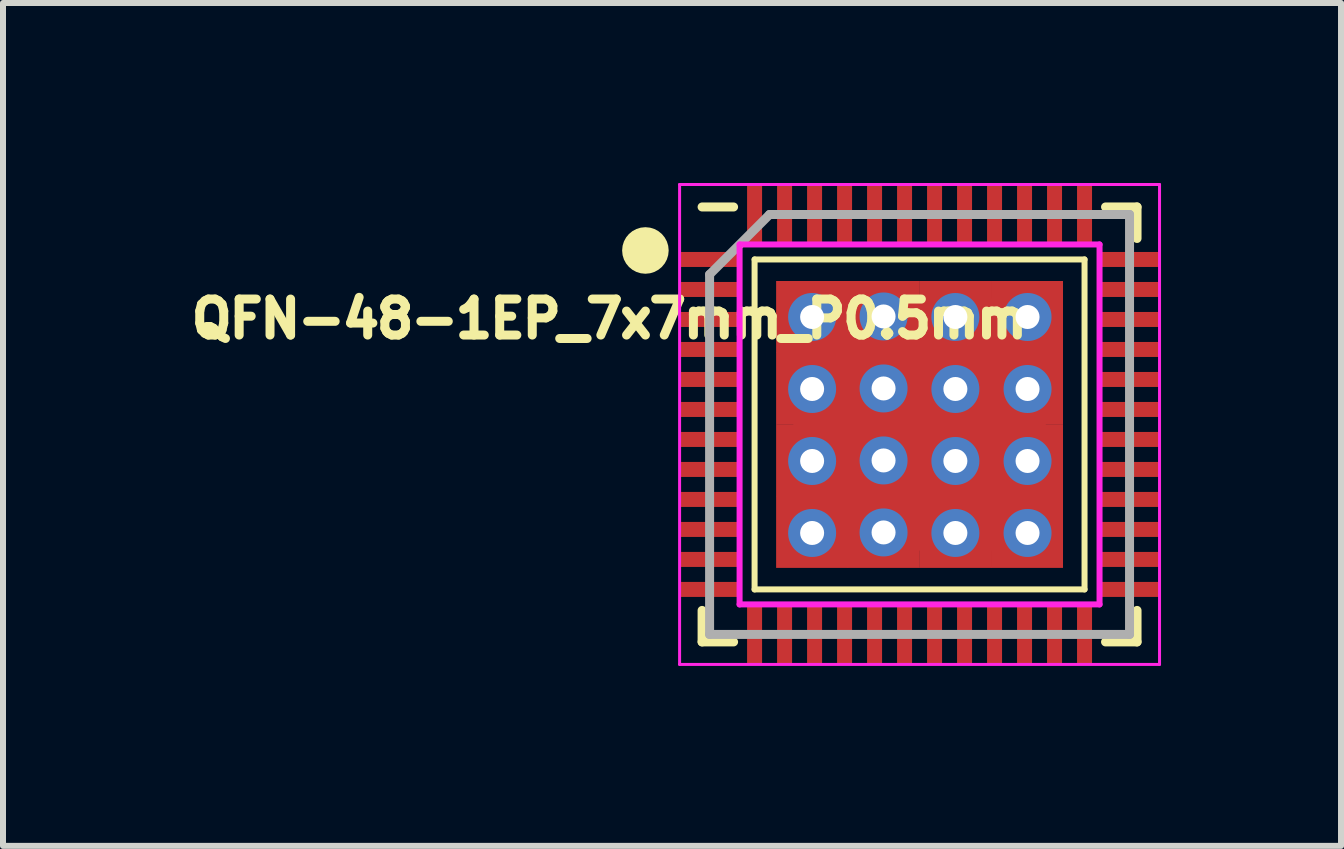
<source format=kicad_pcb>
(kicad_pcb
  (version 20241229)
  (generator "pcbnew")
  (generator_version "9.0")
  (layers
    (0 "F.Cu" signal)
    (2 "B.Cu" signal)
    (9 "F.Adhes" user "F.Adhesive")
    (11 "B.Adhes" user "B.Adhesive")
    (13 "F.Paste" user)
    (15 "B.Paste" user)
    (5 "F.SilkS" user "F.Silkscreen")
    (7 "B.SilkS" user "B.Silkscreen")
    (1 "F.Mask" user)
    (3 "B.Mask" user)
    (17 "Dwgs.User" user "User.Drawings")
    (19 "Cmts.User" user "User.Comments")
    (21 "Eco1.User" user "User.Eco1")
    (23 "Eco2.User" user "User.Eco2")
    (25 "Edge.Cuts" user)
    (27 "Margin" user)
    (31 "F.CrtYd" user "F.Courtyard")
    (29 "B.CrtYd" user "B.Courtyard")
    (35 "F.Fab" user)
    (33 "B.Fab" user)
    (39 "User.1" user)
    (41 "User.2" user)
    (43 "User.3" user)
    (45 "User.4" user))
  (footprint "QFN-48-1EP_7x7mm_P0.5mm"
    (layer "F.Cu")
    (at 12.278 4.025)
    (property "Reference" "QFN-48-1EP_7x7mm_P0.5mm" (at -5.17 -1.76 180) (layer "F.SilkS") (effects (font (size 0.6 0.6) (thickness 0.15))))
    (attr smd)
    (fp_line (start -4.76 -2.87) (end -4.41 -2.87) (stroke (width 0.3) (type solid)) (layer "F.SilkS"))
    (fp_line (start -3.625 -3.625) (end -3.1 -3.625) (stroke (width 0.15) (type solid)) (layer "F.SilkS"))
    (fp_line (start -3.625 3.625) (end -3.625 3.1) (stroke (width 0.15) (type solid)) (layer "F.SilkS"))
    (fp_line (start -3.625 3.625) (end -3.1 3.625) (stroke (width 0.15) (type solid)) (layer "F.SilkS"))
    (fp_line (start -2.75 -2.75) (end 2.75 -2.75) (stroke (width 0.1) (type solid)) (layer "F.SilkS"))
    (fp_line (start -2.75 2.75) (end -2.75 -2.75) (stroke (width 0.1) (type solid)) (layer "F.SilkS"))
    (fp_line (start -2.75 2.75) (end 2.75 2.75) (stroke (width 0.1) (type solid)) (layer "F.SilkS"))
    (fp_line (start 2.75 2.75) (end 2.75 -2.75) (stroke (width 0.1) (type solid)) (layer "F.SilkS"))
    (fp_line (start 3.625 -3.625) (end 3.1 -3.625) (stroke (width 0.15) (type solid)) (layer "F.SilkS"))
    (fp_line (start 3.625 -3.625) (end 3.625 -3.1) (stroke (width 0.15) (type solid)) (layer "F.SilkS"))
    (fp_line (start 3.625 3.625) (end 3.1 3.625) (stroke (width 0.15) (type solid)) (layer "F.SilkS"))
    (fp_line (start 3.625 3.625) (end 3.625 3.1) (stroke (width 0.15) (type solid)) (layer "F.SilkS"))
    (fp_circle (center -4.57 -2.9) (end -4.332 -2.9) (stroke (width 0.3) (type solid)) (fill no) (layer "F.SilkS"))
    (fp_line (start -4 -4) (end -4 4) (stroke (width 0.05) (type solid)) (layer "F.CrtYd"))
    (fp_line (start -4 -4) (end 4 -4) (stroke (width 0.05) (type solid)) (layer "F.CrtYd"))
    (fp_line (start -4 4) (end 4 4) (stroke (width 0.05) (type solid)) (layer "F.CrtYd"))
    (fp_line (start -3 -3) (end 3 -3) (stroke (width 0.1) (type solid)) (layer "F.CrtYd"))
    (fp_line (start -3 3) (end -3 -3) (stroke (width 0.1) (type solid)) (layer "F.CrtYd"))
    (fp_line (start 3 -3) (end 3 3) (stroke (width 0.1) (type solid)) (layer "F.CrtYd"))
    (fp_line (start 3 3) (end -3 3) (stroke (width 0.1) (type solid)) (layer "F.CrtYd"))
    (fp_line (start 4 -4) (end 4 4) (stroke (width 0.05) (type solid)) (layer "F.CrtYd"))
    (fp_line (start -3.5 -2.5) (end -2.5 -3.5) (stroke (width 0.15) (type solid)) (layer "F.Fab"))
    (fp_line (start -3.5 3.5) (end -3.5 -2.5) (stroke (width 0.15) (type solid)) (layer "F.Fab"))
    (fp_line (start -2.5 -3.5) (end 3.5 -3.5) (stroke (width 0.15) (type solid)) (layer "F.Fab"))
    (fp_line (start 3.5 -3.5) (end 3.5 3.5) (stroke (width 0.15) (type solid)) (layer "F.Fab"))
    (fp_line (start 3.5 3.5) (end -3.5 3.5) (stroke (width 0.15) (type solid)) (layer "F.Fab"))
    (pad "1" smd rect (at -3.5 -2.75) (size 1 0.25) (layers "F.Cu" "F.Mask" "F.Paste"))
    (pad "2" smd rect (at -3.5 -2.25) (size 1 0.25) (layers "F.Cu" "F.Mask" "F.Paste"))
    (pad "3" smd rect (at -3.5 -1.75) (size 1 0.25) (layers "F.Cu" "F.Mask" "F.Paste"))
    (pad "4" smd rect (at -3.5 -1.25) (size 1 0.25) (layers "F.Cu" "F.Mask" "F.Paste"))
    (pad "5" smd rect (at -3.5 -0.75) (size 1 0.25) (layers "F.Cu" "F.Mask" "F.Paste"))
    (pad "6" smd rect (at -3.5 -0.25) (size 1 0.25) (layers "F.Cu" "F.Mask" "F.Paste"))
    (pad "7" smd rect (at -3.5 0.25) (size 1 0.25) (layers "F.Cu" "F.Mask" "F.Paste"))
    (pad "8" smd rect (at -3.5 0.75) (size 1 0.25) (layers "F.Cu" "F.Mask" "F.Paste"))
    (pad "9" smd rect (at -3.5 1.25) (size 1 0.25) (layers "F.Cu" "F.Mask" "F.Paste"))
    (pad "10" smd rect (at -3.5 1.75) (size 1 0.25) (layers "F.Cu" "F.Mask" "F.Paste"))
    (pad "11" smd rect (at -3.5 2.25) (size 1 0.25) (layers "F.Cu" "F.Mask" "F.Paste"))
    (pad "12" smd rect (at -3.5 2.75) (size 1 0.25) (layers "F.Cu" "F.Mask" "F.Paste"))
    (pad "13" smd rect (at -2.75 3.5 90) (size 1 0.25) (layers "F.Cu" "F.Mask" "F.Paste"))
    (pad "14" smd rect (at -2.25 3.5 90) (size 1 0.25) (layers "F.Cu" "F.Mask" "F.Paste"))
    (pad "15" smd rect (at -1.75 3.5 90) (size 1 0.25) (layers "F.Cu" "F.Mask" "F.Paste"))
    (pad "16" smd rect (at -1.25 3.5 90) (size 1 0.25) (layers "F.Cu" "F.Mask" "F.Paste"))
    (pad "17" smd rect (at -0.75 3.5 90) (size 1 0.25) (layers "F.Cu" "F.Mask" "F.Paste"))
    (pad "18" smd rect (at -0.25 3.5 90) (size 1 0.25) (layers "F.Cu" "F.Mask" "F.Paste"))
    (pad "19" smd rect (at 0.25 3.5 90) (size 1 0.25) (layers "F.Cu" "F.Mask" "F.Paste"))
    (pad "20" smd rect (at 0.75 3.5 90) (size 1 0.25) (layers "F.Cu" "F.Mask" "F.Paste"))
    (pad "21" smd rect (at 1.25 3.5 90) (size 1 0.25) (layers "F.Cu" "F.Mask" "F.Paste"))
    (pad "22" smd rect (at 1.75 3.5 90) (size 1 0.25) (layers "F.Cu" "F.Mask" "F.Paste"))
    (pad "23" smd rect (at 2.25 3.5 90) (size 1 0.25) (layers "F.Cu" "F.Mask" "F.Paste"))
    (pad "24" smd rect (at 2.75 3.5 90) (size 1 0.25) (layers "F.Cu" "F.Mask" "F.Paste"))
    (pad "25" smd rect (at 3.5 2.75) (size 1 0.25) (layers "F.Cu" "F.Mask" "F.Paste"))
    (pad "26" smd rect (at 3.5 2.25) (size 1 0.25) (layers "F.Cu" "F.Mask" "F.Paste"))
    (pad "27" smd rect (at 3.5 1.75) (size 1 0.25) (layers "F.Cu" "F.Mask" "F.Paste"))
    (pad "28" smd rect (at 3.5 1.25) (size 1 0.25) (layers "F.Cu" "F.Mask" "F.Paste"))
    (pad "29" smd rect (at 3.5 0.75) (size 1 0.25) (layers "F.Cu" "F.Mask" "F.Paste"))
    (pad "30" smd rect (at 3.5 0.25) (size 1 0.25) (layers "F.Cu" "F.Mask" "F.Paste"))
    (pad "31" smd rect (at 3.5 -0.25) (size 1 0.25) (layers "F.Cu" "F.Mask" "F.Paste"))
    (pad "32" smd rect (at 3.5 -0.75) (size 1 0.25) (layers "F.Cu" "F.Mask" "F.Paste"))
    (pad "33" smd rect (at 3.5 -1.25) (size 1 0.25) (layers "F.Cu" "F.Mask" "F.Paste"))
    (pad "34" smd rect (at 3.5 -1.75) (size 1 0.25) (layers "F.Cu" "F.Mask" "F.Paste"))
    (pad "35" smd rect (at 3.5 -2.25) (size 1 0.25) (layers "F.Cu" "F.Mask" "F.Paste"))
    (pad "36" smd rect (at 3.5 -2.75) (size 1 0.25) (layers "F.Cu" "F.Mask" "F.Paste"))
    (pad "37" smd rect (at 2.75 -3.5 90) (size 1 0.25) (layers "F.Cu" "F.Mask" "F.Paste"))
    (pad "38" smd rect (at 2.25 -3.5 90) (size 1 0.25) (layers "F.Cu" "F.Mask" "F.Paste"))
    (pad "39" smd rect (at 1.75 -3.5 90) (size 1 0.25) (layers "F.Cu" "F.Mask" "F.Paste"))
    (pad "40" smd rect (at 1.25 -3.5 90) (size 1 0.25) (layers "F.Cu" "F.Mask" "F.Paste"))
    (pad "41" smd rect (at 0.75 -3.5 90) (size 1 0.25) (layers "F.Cu" "F.Mask" "F.Paste"))
    (pad "42" smd rect (at 0.25 -3.5 90) (size 1 0.25) (layers "F.Cu" "F.Mask" "F.Paste"))
    (pad "43" smd rect (at -0.25 -3.5 90) (size 1 0.25) (layers "F.Cu" "F.Mask" "F.Paste"))
    (pad "44" smd rect (at -0.75 -3.5 90) (size 1 0.25) (layers "F.Cu" "F.Mask" "F.Paste"))
    (pad "45" smd rect (at -1.25 -3.5 90) (size 1 0.25) (layers "F.Cu" "F.Mask" "F.Paste"))
    (pad "46" smd rect (at -1.75 -3.5 90) (size 1 0.25) (layers "F.Cu" "F.Mask" "F.Paste"))
    (pad "47" smd rect (at -2.25 -3.5 90) (size 1 0.25) (layers "F.Cu" "F.Mask" "F.Paste"))
    (pad "48" smd rect (at -2.75 -3.5 90) (size 1 0.25) (layers "F.Cu" "F.Mask" "F.Paste"))
    (pad "49" thru_hole circle (at -1.791 -1.791) (size 0.8 0.8) (drill 0.4) (layers "*.Cu"))
    (pad "49" smd rect (at -1.791 -1.791) (size 1.2 1.2) (layers "F.Cu" "F.Mask"))
    (pad "49" smd rect (at -1.791 -0.597) (size 1.2 1.2) (layers "F.Cu" "F.Mask"))
    (pad "49" thru_hole circle (at -1.791 -0.591) (size 0.8 0.8) (drill 0.4) (layers "*.Cu"))
    (pad "49" smd rect (at -1.791 0.597) (size 1.2 1.2) (layers "F.Cu" "F.Mask"))
    (pad "49" thru_hole circle (at -1.791 0.609) (size 0.8 0.8) (drill 0.4) (layers "*.Cu"))
    (pad "49" smd rect (at -1.791 1.791) (size 1.2 1.2) (layers "F.Cu" "F.Mask"))
    (pad "49" thru_hole circle (at -1.791 1.809) (size 0.8 0.8) (drill 0.4) (layers "*.Cu"))
    (pad "49" smd rect (at -0.9 -0.9) (size 2.4 2.4) (layers "F.Cu" "F.Mask" "F.Paste"))
    (pad "49" smd rect (at -0.9 0.9) (size 2.4 2.4) (layers "F.Cu" "F.Mask" "F.Paste"))
    (pad "49" thru_hole circle (at -0.6 -1.8) (size 0.8 0.8) (drill 0.4) (layers "*.Cu"))
    (pad "49" thru_hole circle (at -0.6 -0.6) (size 0.8 0.8) (drill 0.4) (layers "*.Cu"))
    (pad "49" thru_hole circle (at -0.6 0.6) (size 0.8 0.8) (drill 0.4) (layers "*.Cu"))
    (pad "49" thru_hole circle (at -0.6 1.8) (size 0.8 0.8) (drill 0.4) (layers "*.Cu"))
    (pad "49" smd rect (at -0.597 -1.791) (size 1.2 1.2) (layers "F.Cu" "F.Mask"))
    (pad "49" smd rect (at -0.597 -0.597) (size 1.2 1.2) (layers "F.Cu" "F.Mask"))
    (pad "49" smd rect (at -0.597 0.597) (size 1.2 1.2) (layers "F.Cu" "F.Mask"))
    (pad "49" smd rect (at -0.597 1.791) (size 1.2 1.2) (layers "F.Cu" "F.Mask"))
    (pad "49" thru_hole circle (at 0.597 -1.791) (size 0.8 0.8) (drill 0.4) (layers "*.Cu"))
    (pad "49" smd rect (at 0.597 -1.791) (size 1.2 1.2) (layers "F.Cu" "F.Mask"))
    (pad "49" smd rect (at 0.597 -0.597) (size 1.2 1.2) (layers "F.Cu" "F.Mask"))
    (pad "49" thru_hole circle (at 0.597 -0.591) (size 0.8 0.8) (drill 0.4) (layers "*.Cu"))
    (pad "49" smd rect (at 0.597 0.597) (size 1.2 1.2) (layers "F.Cu" "F.Mask"))
    (pad "49" thru_hole circle (at 0.597 0.609) (size 0.8 0.8) (drill 0.4) (layers "*.Cu"))
    (pad "49" smd rect (at 0.597 1.791) (size 1.2 1.2) (layers "F.Cu" "F.Mask"))
    (pad "49" thru_hole circle (at 0.597 1.809) (size 0.8 0.8) (drill 0.4) (layers "*.Cu"))
    (pad "49" smd rect (at 0.9 -0.9) (size 2.4 2.4) (layers "F.Cu" "F.Mask" "F.Paste"))
    (pad "49" smd rect (at 0.9 0.9) (size 2.4 2.4) (layers "F.Cu" "F.Mask" "F.Paste"))
    (pad "49" smd rect (at 1.791 -1.791) (size 1.2 1.2) (layers "F.Cu" "F.Mask"))
    (pad "49" smd rect (at 1.791 -0.597) (size 1.2 1.2) (layers "F.Cu" "F.Mask"))
    (pad "49" smd rect (at 1.791 0.597) (size 1.2 1.2) (layers "F.Cu" "F.Mask"))
    (pad "49" smd rect (at 1.791 1.791) (size 1.2 1.2) (layers "F.Cu" "F.Mask"))
    (pad "49" thru_hole circle (at 1.8 -1.791) (size 0.8 0.8) (drill 0.4) (layers "*.Cu"))
    (pad "49" thru_hole circle (at 1.8 -0.591) (size 0.8 0.8) (drill 0.4) (layers "*.Cu"))
    (pad "49" thru_hole circle (at 1.8 0.609) (size 0.8 0.8) (drill 0.4) (layers "*.Cu"))
    (pad "49" thru_hole circle (at 1.8 1.809) (size 0.8 0.8) (drill 0.4) (layers "*.Cu")))
  (gr_rect
    (start -3 -3)
    (end 19.303 11.05)
    (stroke (width 0.1) (type default))
    (fill no)
    (layer "Edge.Cuts")))
</source>
